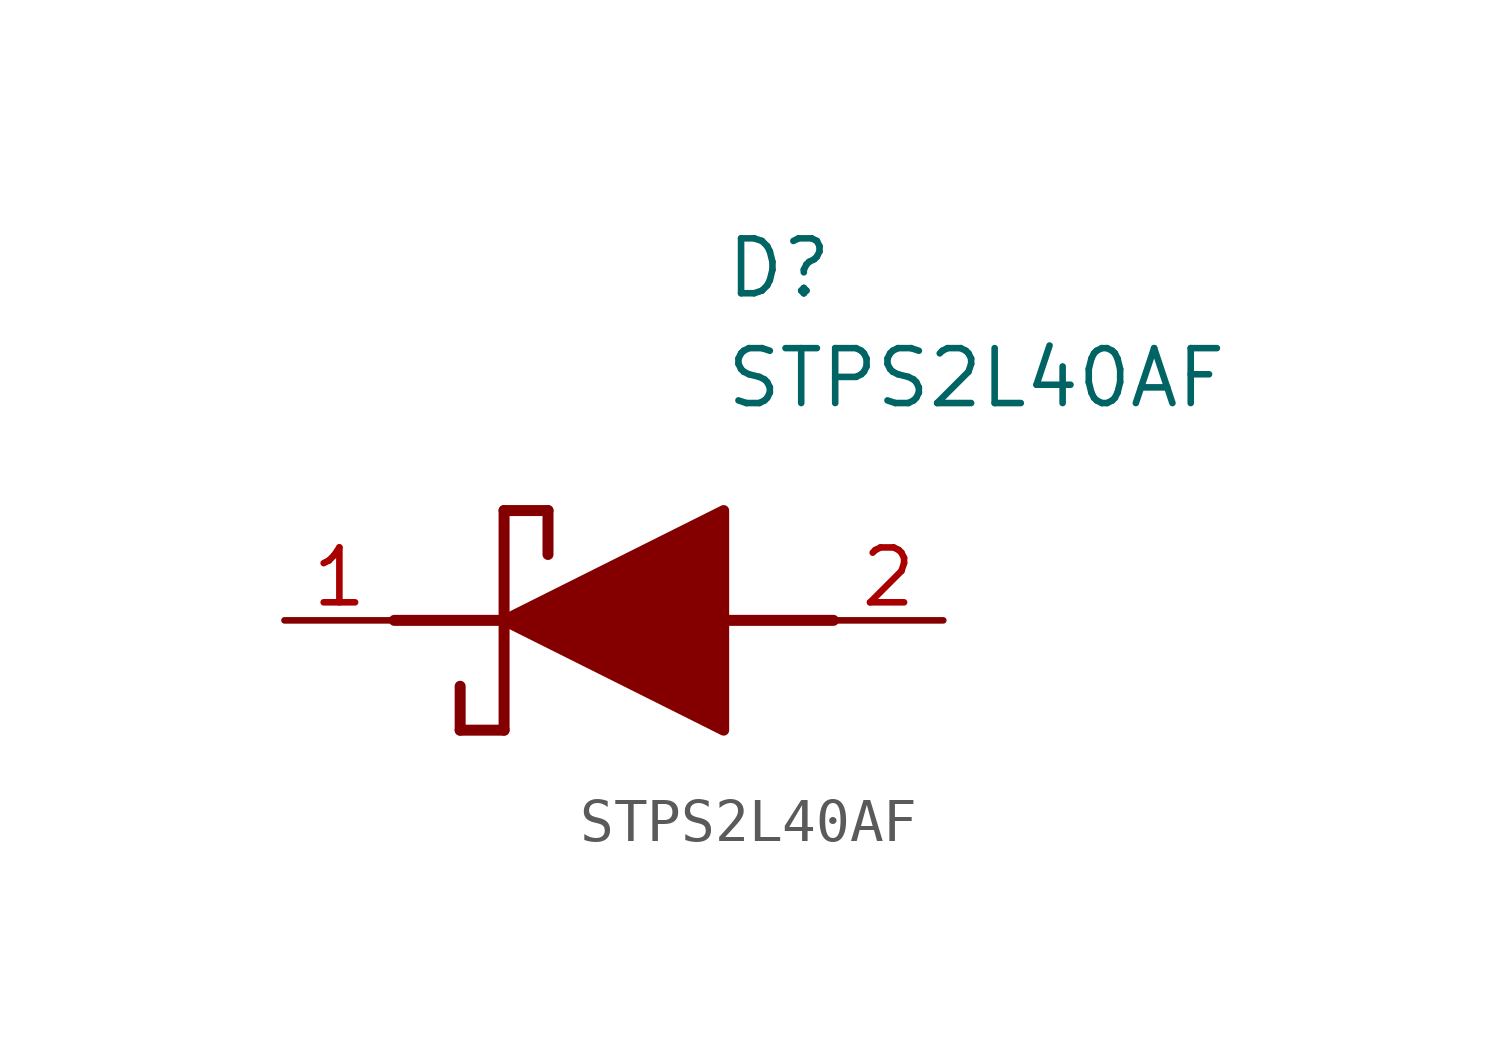
<source format=kicad_sym>
(kicad_symbol_lib
  (version 20211014)
  (generator SamacSys_ECAD_Model)
  (symbol "STPS2L40AF"
    (pin_names hide)
    (property "Reference" "D"
      (at 12.7 8.89 0)
      (effects (font (size 1.27 1.27)) (justify left top)))
    (property "Value" "STPS2L40AF"
      (at 12.7 6.35 0)
      (effects (font (size 1.27 1.27)) (justify left top)))
    (polyline
      (pts (xy 7.62 2.54) (xy 7.62 -2.54))
      (stroke (width 0.254) (type default))
      (fill (type none)))
    (polyline
      (pts (xy 7.62 2.54) (xy 8.636 2.54))
      (stroke (width 0.254) (type default))
      (fill (type none)))
    (polyline
      (pts (xy 8.636 1.524) (xy 8.636 2.54))
      (stroke (width 0.254) (type default))
      (fill (type none)))
    (polyline
      (pts (xy 7.62 -2.54) (xy 6.604 -2.54))
      (stroke (width 0.254) (type default))
      (fill (type none)))
    (polyline
      (pts (xy 6.604 -1.524) (xy 6.604 -2.54))
      (stroke (width 0.254) (type default))
      (fill (type none)))
    (polyline
      (pts (xy 5.08 0) (xy 7.62 0))
      (stroke (width 0.254) (type default))
      (fill (type none)))
    (polyline
      (pts (xy 12.7 0) (xy 15.24 0))
      (stroke (width 0.254) (type default))
      (fill (type none)))
    (polyline
      (pts (xy 7.62 0) (xy 12.7 2.54) (xy 12.7 -2.54) (xy 7.62 0))
      (stroke (width 0.254) (type default))
      (fill (type outline)))
    (pin passive line
      (at 2.54 0 0)
      (length 2.54)
      (name "K" (effects (font (size 1.27 1.27))))
      (number "1" (effects (font (size 1.27 1.27)))))
    (pin passive line
      (at 17.78 0 180)
      (length 2.54)
      (name "A" (effects (font (size 1.27 1.27))))
      (number "2" (effects (font (size 1.27 1.27)))))))
</source>
